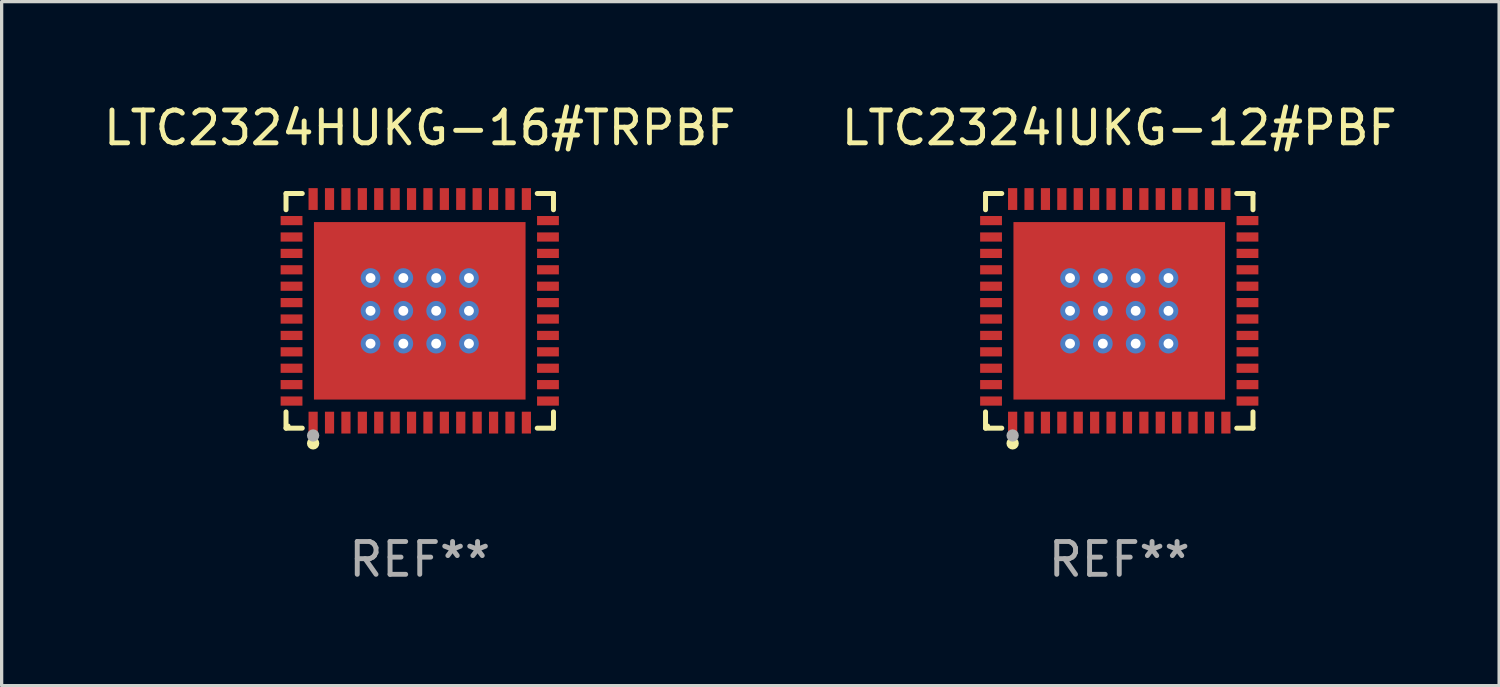
<source format=kicad_pcb>
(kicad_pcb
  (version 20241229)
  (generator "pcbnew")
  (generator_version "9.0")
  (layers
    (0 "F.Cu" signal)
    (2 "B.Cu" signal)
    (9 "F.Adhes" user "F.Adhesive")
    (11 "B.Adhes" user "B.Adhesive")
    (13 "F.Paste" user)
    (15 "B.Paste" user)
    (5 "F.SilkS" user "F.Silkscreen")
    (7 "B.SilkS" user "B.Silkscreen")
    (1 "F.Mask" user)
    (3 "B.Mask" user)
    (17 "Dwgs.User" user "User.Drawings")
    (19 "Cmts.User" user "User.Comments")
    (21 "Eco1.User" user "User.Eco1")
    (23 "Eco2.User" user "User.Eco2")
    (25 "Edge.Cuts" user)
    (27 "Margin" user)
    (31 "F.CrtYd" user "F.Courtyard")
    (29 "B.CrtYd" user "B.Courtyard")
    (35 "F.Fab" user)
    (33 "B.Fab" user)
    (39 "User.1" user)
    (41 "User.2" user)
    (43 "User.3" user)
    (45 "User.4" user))
  (footprint "LTC2324IUKG-12#PBF"
    (layer "F.Cu")
    (at 31.065 6.424)
    (property "Reference" "LTC2324IUKG-12#PBF" (at 0 -5.576 0) (layer "F.SilkS") (effects (font (size 1 1) (thickness 0.15))))
    (attr through_hole)
    (fp_line (start -4.076 -3.576) (end -3.581 -3.576) (stroke (width 0.152) (type solid)) (layer "F.SilkS"))
    (fp_line (start -4.076 -3.081) (end -4.076 -3.576) (stroke (width 0.152) (type solid)) (layer "F.SilkS"))
    (fp_line (start -4.076 3.081) (end -4.076 3.576) (stroke (width 0.152) (type solid)) (layer "F.SilkS"))
    (fp_line (start -4.076 3.576) (end -3.581 3.576) (stroke (width 0.152) (type solid)) (layer "F.SilkS"))
    (fp_line (start 4.076 -3.576) (end 3.581 -3.576) (stroke (width 0.152) (type solid)) (layer "F.SilkS"))
    (fp_line (start 4.076 -3.081) (end 4.076 -3.576) (stroke (width 0.152) (type solid)) (layer "F.SilkS"))
    (fp_line (start 4.076 3.081) (end 4.076 3.576) (stroke (width 0.152) (type solid)) (layer "F.SilkS"))
    (fp_line (start 4.076 3.576) (end 3.581 3.576) (stroke (width 0.152) (type solid)) (layer "F.SilkS"))
    (fp_circle (center -4 3.5) (end -3.97 3.5) (stroke (width 0.06) (type solid)) (fill no) (layer "F.SilkS"))
    (fp_circle (center -3.25 4.04) (end -3.156 4.04) (stroke (width 0.188) (type solid)) (fill no) (layer "F.SilkS"))
    (fp_circle (center -3.25 3.8) (end -3.156 3.8) (stroke (width 0.188) (type solid)) (fill no) (layer "F.Fab"))
    (fp_text user "REF**" (at 0 7.576 0) (layer "F.Fab") (effects (font (size 1 1) (thickness 0.15))))
    (pad "1" smd rect (at -3.25 3.407) (size 0.28 0.665) (layers "F.Cu" "F.Mask" "F.Paste"))
    (pad "2" smd rect (at -2.75 3.407) (size 0.28 0.665) (layers "F.Cu" "F.Mask" "F.Paste"))
    (pad "3" smd rect (at -2.25 3.407) (size 0.28 0.665) (layers "F.Cu" "F.Mask" "F.Paste"))
    (pad "4" smd rect (at -1.75 3.407) (size 0.28 0.665) (layers "F.Cu" "F.Mask" "F.Paste"))
    (pad "5" smd rect (at -1.25 3.407) (size 0.28 0.665) (layers "F.Cu" "F.Mask" "F.Paste"))
    (pad "6" smd rect (at -0.75 3.407) (size 0.28 0.665) (layers "F.Cu" "F.Mask" "F.Paste"))
    (pad "7" smd rect (at -0.25 3.407) (size 0.28 0.665) (layers "F.Cu" "F.Mask" "F.Paste"))
    (pad "8" smd rect (at 0.25 3.407) (size 0.28 0.665) (layers "F.Cu" "F.Mask" "F.Paste"))
    (pad "9" smd rect (at 0.75 3.407) (size 0.28 0.665) (layers "F.Cu" "F.Mask" "F.Paste"))
    (pad "10" smd rect (at 1.25 3.407) (size 0.28 0.665) (layers "F.Cu" "F.Mask" "F.Paste"))
    (pad "11" smd rect (at 1.75 3.407) (size 0.28 0.665) (layers "F.Cu" "F.Mask" "F.Paste"))
    (pad "12" smd rect (at 2.25 3.407) (size 0.28 0.665) (layers "F.Cu" "F.Mask" "F.Paste"))
    (pad "13" smd rect (at 2.75 3.407) (size 0.28 0.665) (layers "F.Cu" "F.Mask" "F.Paste"))
    (pad "14" smd rect (at 3.25 3.407) (size 0.28 0.665) (layers "F.Cu" "F.Mask" "F.Paste"))
    (pad "15" smd rect (at 3.908 2.75) (size 0.665 0.28) (layers "F.Cu" "F.Mask" "F.Paste"))
    (pad "16" smd rect (at 3.908 2.25) (size 0.665 0.28) (layers "F.Cu" "F.Mask" "F.Paste"))
    (pad "17" smd rect (at 3.908 1.75) (size 0.665 0.28) (layers "F.Cu" "F.Mask" "F.Paste"))
    (pad "18" smd rect (at 3.908 1.25) (size 0.665 0.28) (layers "F.Cu" "F.Mask" "F.Paste"))
    (pad "19" smd rect (at 3.908 0.75) (size 0.665 0.28) (layers "F.Cu" "F.Mask" "F.Paste"))
    (pad "20" smd rect (at 3.908 0.25) (size 0.665 0.28) (layers "F.Cu" "F.Mask" "F.Paste"))
    (pad "21" smd rect (at 3.908 -0.25) (size 0.665 0.28) (layers "F.Cu" "F.Mask" "F.Paste"))
    (pad "22" smd rect (at 3.908 -0.75) (size 0.665 0.28) (layers "F.Cu" "F.Mask" "F.Paste"))
    (pad "23" smd rect (at 3.908 -1.25) (size 0.665 0.28) (layers "F.Cu" "F.Mask" "F.Paste"))
    (pad "24" smd rect (at 3.908 -1.75) (size 0.665 0.28) (layers "F.Cu" "F.Mask" "F.Paste"))
    (pad "25" smd rect (at 3.908 -2.25) (size 0.665 0.28) (layers "F.Cu" "F.Mask" "F.Paste"))
    (pad "26" smd rect (at 3.908 -2.75) (size 0.665 0.28) (layers "F.Cu" "F.Mask" "F.Paste"))
    (pad "27" smd rect (at 3.25 -3.407) (size 0.28 0.665) (layers "F.Cu" "F.Mask" "F.Paste"))
    (pad "28" smd rect (at 2.75 -3.407) (size 0.28 0.665) (layers "F.Cu" "F.Mask" "F.Paste"))
    (pad "29" smd rect (at 2.25 -3.407) (size 0.28 0.665) (layers "F.Cu" "F.Mask" "F.Paste"))
    (pad "30" smd rect (at 1.75 -3.407) (size 0.28 0.665) (layers "F.Cu" "F.Mask" "F.Paste"))
    (pad "31" smd rect (at 1.25 -3.407) (size 0.28 0.665) (layers "F.Cu" "F.Mask" "F.Paste"))
    (pad "32" smd rect (at 0.75 -3.407) (size 0.28 0.665) (layers "F.Cu" "F.Mask" "F.Paste"))
    (pad "33" smd rect (at 0.25 -3.407) (size 0.28 0.665) (layers "F.Cu" "F.Mask" "F.Paste"))
    (pad "34" smd rect (at -0.25 -3.407) (size 0.28 0.665) (layers "F.Cu" "F.Mask" "F.Paste"))
    (pad "35" smd rect (at -0.75 -3.407) (size 0.28 0.665) (layers "F.Cu" "F.Mask" "F.Paste"))
    (pad "36" smd rect (at -1.25 -3.407) (size 0.28 0.665) (layers "F.Cu" "F.Mask" "F.Paste"))
    (pad "37" smd rect (at -1.75 -3.407) (size 0.28 0.665) (layers "F.Cu" "F.Mask" "F.Paste"))
    (pad "38" smd rect (at -2.25 -3.407) (size 0.28 0.665) (layers "F.Cu" "F.Mask" "F.Paste"))
    (pad "39" smd rect (at -2.75 -3.407) (size 0.28 0.665) (layers "F.Cu" "F.Mask" "F.Paste"))
    (pad "40" smd rect (at -3.25 -3.407) (size 0.28 0.665) (layers "F.Cu" "F.Mask" "F.Paste"))
    (pad "41" smd rect (at -3.908 -2.75) (size 0.665 0.28) (layers "F.Cu" "F.Mask" "F.Paste"))
    (pad "42" smd rect (at -3.908 -2.25) (size 0.665 0.28) (layers "F.Cu" "F.Mask" "F.Paste"))
    (pad "43" smd rect (at -3.908 -1.75) (size 0.665 0.28) (layers "F.Cu" "F.Mask" "F.Paste"))
    (pad "44" smd rect (at -3.908 -1.25) (size 0.665 0.28) (layers "F.Cu" "F.Mask" "F.Paste"))
    (pad "45" smd rect (at -3.908 -0.75) (size 0.665 0.28) (layers "F.Cu" "F.Mask" "F.Paste"))
    (pad "46" smd rect (at -3.908 -0.25) (size 0.665 0.28) (layers "F.Cu" "F.Mask" "F.Paste"))
    (pad "47" smd rect (at -3.908 0.25) (size 0.665 0.28) (layers "F.Cu" "F.Mask" "F.Paste"))
    (pad "48" smd rect (at -3.908 0.75) (size 0.665 0.28) (layers "F.Cu" "F.Mask" "F.Paste"))
    (pad "49" smd rect (at -3.908 1.25) (size 0.665 0.28) (layers "F.Cu" "F.Mask" "F.Paste"))
    (pad "50" smd rect (at -3.908 1.75) (size 0.665 0.28) (layers "F.Cu" "F.Mask" "F.Paste"))
    (pad "51" smd rect (at -3.908 2.25) (size 0.665 0.28) (layers "F.Cu" "F.Mask" "F.Paste"))
    (pad "52" smd rect (at -3.908 2.75) (size 0.665 0.28) (layers "F.Cu" "F.Mask" "F.Paste"))
    (pad "53" thru_hole circle (at -1.5 -1) (size 0.6 0.6) (drill 0.3) (layers "*.Cu" "*.Mask"))
    (pad "53" thru_hole circle (at -1.5 0) (size 0.6 0.6) (drill 0.3) (layers "*.Cu" "*.Mask"))
    (pad "53" thru_hole circle (at -1.5 1) (size 0.6 0.6) (drill 0.3) (layers "*.Cu" "*.Mask"))
    (pad "53" thru_hole circle (at -0.5 -1) (size 0.6 0.6) (drill 0.3) (layers "*.Cu" "*.Mask"))
    (pad "53" thru_hole circle (at -0.5 0) (size 0.6 0.6) (drill 0.3) (layers "*.Cu" "*.Mask"))
    (pad "53" thru_hole circle (at -0.5 1) (size 0.6 0.6) (drill 0.3) (layers "*.Cu" "*.Mask"))
    (pad "53" smd rect (at 0 0) (size 6.45 5.41) (layers "F.Cu" "F.Mask" "F.Paste"))
    (pad "53" thru_hole circle (at 0.5 -1) (size 0.6 0.6) (drill 0.3) (layers "*.Cu" "*.Mask"))
    (pad "53" thru_hole circle (at 0.5 0) (size 0.6 0.6) (drill 0.3) (layers "*.Cu" "*.Mask"))
    (pad "53" thru_hole circle (at 0.5 1) (size 0.6 0.6) (drill 0.3) (layers "*.Cu" "*.Mask"))
    (pad "53" thru_hole circle (at 1.5 -1) (size 0.6 0.6) (drill 0.3) (layers "*.Cu" "*.Mask"))
    (pad "53" thru_hole circle (at 1.5 0) (size 0.6 0.6) (drill 0.3) (layers "*.Cu" "*.Mask"))
    (pad "53" thru_hole circle (at 1.5 1) (size 0.6 0.6) (drill 0.3) (layers "*.Cu" "*.Mask")))
  (footprint "LTC2324HUKG-16#TRPBF"
    (layer "F.Cu")
    (at 9.744 6.424)
    (property "Reference" "LTC2324HUKG-16#TRPBF" (at 0 -5.576 0) (layer "F.SilkS") (effects (font (size 1 1) (thickness 0.15))))
    (attr through_hole)
    (fp_line (start -4.076 -3.576) (end -3.581 -3.576) (stroke (width 0.152) (type solid)) (layer "F.SilkS"))
    (fp_line (start -4.076 -3.081) (end -4.076 -3.576) (stroke (width 0.152) (type solid)) (layer "F.SilkS"))
    (fp_line (start -4.076 3.081) (end -4.076 3.576) (stroke (width 0.152) (type solid)) (layer "F.SilkS"))
    (fp_line (start -4.076 3.576) (end -3.581 3.576) (stroke (width 0.152) (type solid)) (layer "F.SilkS"))
    (fp_line (start 4.076 -3.576) (end 3.581 -3.576) (stroke (width 0.152) (type solid)) (layer "F.SilkS"))
    (fp_line (start 4.076 -3.081) (end 4.076 -3.576) (stroke (width 0.152) (type solid)) (layer "F.SilkS"))
    (fp_line (start 4.076 3.081) (end 4.076 3.576) (stroke (width 0.152) (type solid)) (layer "F.SilkS"))
    (fp_line (start 4.076 3.576) (end 3.581 3.576) (stroke (width 0.152) (type solid)) (layer "F.SilkS"))
    (fp_circle (center -4 3.5) (end -3.97 3.5) (stroke (width 0.06) (type solid)) (fill no) (layer "F.SilkS"))
    (fp_circle (center -3.25 4.04) (end -3.156 4.04) (stroke (width 0.188) (type solid)) (fill no) (layer "F.SilkS"))
    (fp_circle (center -3.25 3.8) (end -3.156 3.8) (stroke (width 0.188) (type solid)) (fill no) (layer "F.Fab"))
    (fp_text user "REF**" (at 0 7.576 0) (layer "F.Fab") (effects (font (size 1 1) (thickness 0.15))))
    (pad "1" smd rect (at -3.25 3.407) (size 0.28 0.665) (layers "F.Cu" "F.Mask" "F.Paste"))
    (pad "2" smd rect (at -2.75 3.407) (size 0.28 0.665) (layers "F.Cu" "F.Mask" "F.Paste"))
    (pad "3" smd rect (at -2.25 3.407) (size 0.28 0.665) (layers "F.Cu" "F.Mask" "F.Paste"))
    (pad "4" smd rect (at -1.75 3.407) (size 0.28 0.665) (layers "F.Cu" "F.Mask" "F.Paste"))
    (pad "5" smd rect (at -1.25 3.407) (size 0.28 0.665) (layers "F.Cu" "F.Mask" "F.Paste"))
    (pad "6" smd rect (at -0.75 3.407) (size 0.28 0.665) (layers "F.Cu" "F.Mask" "F.Paste"))
    (pad "7" smd rect (at -0.25 3.407) (size 0.28 0.665) (layers "F.Cu" "F.Mask" "F.Paste"))
    (pad "8" smd rect (at 0.25 3.407) (size 0.28 0.665) (layers "F.Cu" "F.Mask" "F.Paste"))
    (pad "9" smd rect (at 0.75 3.407) (size 0.28 0.665) (layers "F.Cu" "F.Mask" "F.Paste"))
    (pad "10" smd rect (at 1.25 3.407) (size 0.28 0.665) (layers "F.Cu" "F.Mask" "F.Paste"))
    (pad "11" smd rect (at 1.75 3.407) (size 0.28 0.665) (layers "F.Cu" "F.Mask" "F.Paste"))
    (pad "12" smd rect (at 2.25 3.407) (size 0.28 0.665) (layers "F.Cu" "F.Mask" "F.Paste"))
    (pad "13" smd rect (at 2.75 3.407) (size 0.28 0.665) (layers "F.Cu" "F.Mask" "F.Paste"))
    (pad "14" smd rect (at 3.25 3.407) (size 0.28 0.665) (layers "F.Cu" "F.Mask" "F.Paste"))
    (pad "15" smd rect (at 3.908 2.75) (size 0.665 0.28) (layers "F.Cu" "F.Mask" "F.Paste"))
    (pad "16" smd rect (at 3.908 2.25) (size 0.665 0.28) (layers "F.Cu" "F.Mask" "F.Paste"))
    (pad "17" smd rect (at 3.908 1.75) (size 0.665 0.28) (layers "F.Cu" "F.Mask" "F.Paste"))
    (pad "18" smd rect (at 3.908 1.25) (size 0.665 0.28) (layers "F.Cu" "F.Mask" "F.Paste"))
    (pad "19" smd rect (at 3.908 0.75) (size 0.665 0.28) (layers "F.Cu" "F.Mask" "F.Paste"))
    (pad "20" smd rect (at 3.908 0.25) (size 0.665 0.28) (layers "F.Cu" "F.Mask" "F.Paste"))
    (pad "21" smd rect (at 3.908 -0.25) (size 0.665 0.28) (layers "F.Cu" "F.Mask" "F.Paste"))
    (pad "22" smd rect (at 3.908 -0.75) (size 0.665 0.28) (layers "F.Cu" "F.Mask" "F.Paste"))
    (pad "23" smd rect (at 3.908 -1.25) (size 0.665 0.28) (layers "F.Cu" "F.Mask" "F.Paste"))
    (pad "24" smd rect (at 3.908 -1.75) (size 0.665 0.28) (layers "F.Cu" "F.Mask" "F.Paste"))
    (pad "25" smd rect (at 3.908 -2.25) (size 0.665 0.28) (layers "F.Cu" "F.Mask" "F.Paste"))
    (pad "26" smd rect (at 3.908 -2.75) (size 0.665 0.28) (layers "F.Cu" "F.Mask" "F.Paste"))
    (pad "27" smd rect (at 3.25 -3.407) (size 0.28 0.665) (layers "F.Cu" "F.Mask" "F.Paste"))
    (pad "28" smd rect (at 2.75 -3.407) (size 0.28 0.665) (layers "F.Cu" "F.Mask" "F.Paste"))
    (pad "29" smd rect (at 2.25 -3.407) (size 0.28 0.665) (layers "F.Cu" "F.Mask" "F.Paste"))
    (pad "30" smd rect (at 1.75 -3.407) (size 0.28 0.665) (layers "F.Cu" "F.Mask" "F.Paste"))
    (pad "31" smd rect (at 1.25 -3.407) (size 0.28 0.665) (layers "F.Cu" "F.Mask" "F.Paste"))
    (pad "32" smd rect (at 0.75 -3.407) (size 0.28 0.665) (layers "F.Cu" "F.Mask" "F.Paste"))
    (pad "33" smd rect (at 0.25 -3.407) (size 0.28 0.665) (layers "F.Cu" "F.Mask" "F.Paste"))
    (pad "34" smd rect (at -0.25 -3.407) (size 0.28 0.665) (layers "F.Cu" "F.Mask" "F.Paste"))
    (pad "35" smd rect (at -0.75 -3.407) (size 0.28 0.665) (layers "F.Cu" "F.Mask" "F.Paste"))
    (pad "36" smd rect (at -1.25 -3.407) (size 0.28 0.665) (layers "F.Cu" "F.Mask" "F.Paste"))
    (pad "37" smd rect (at -1.75 -3.407) (size 0.28 0.665) (layers "F.Cu" "F.Mask" "F.Paste"))
    (pad "38" smd rect (at -2.25 -3.407) (size 0.28 0.665) (layers "F.Cu" "F.Mask" "F.Paste"))
    (pad "39" smd rect (at -2.75 -3.407) (size 0.28 0.665) (layers "F.Cu" "F.Mask" "F.Paste"))
    (pad "40" smd rect (at -3.25 -3.407) (size 0.28 0.665) (layers "F.Cu" "F.Mask" "F.Paste"))
    (pad "41" smd rect (at -3.908 -2.75) (size 0.665 0.28) (layers "F.Cu" "F.Mask" "F.Paste"))
    (pad "42" smd rect (at -3.908 -2.25) (size 0.665 0.28) (layers "F.Cu" "F.Mask" "F.Paste"))
    (pad "43" smd rect (at -3.908 -1.75) (size 0.665 0.28) (layers "F.Cu" "F.Mask" "F.Paste"))
    (pad "44" smd rect (at -3.908 -1.25) (size 0.665 0.28) (layers "F.Cu" "F.Mask" "F.Paste"))
    (pad "45" smd rect (at -3.908 -0.75) (size 0.665 0.28) (layers "F.Cu" "F.Mask" "F.Paste"))
    (pad "46" smd rect (at -3.908 -0.25) (size 0.665 0.28) (layers "F.Cu" "F.Mask" "F.Paste"))
    (pad "47" smd rect (at -3.908 0.25) (size 0.665 0.28) (layers "F.Cu" "F.Mask" "F.Paste"))
    (pad "48" smd rect (at -3.908 0.75) (size 0.665 0.28) (layers "F.Cu" "F.Mask" "F.Paste"))
    (pad "49" smd rect (at -3.908 1.25) (size 0.665 0.28) (layers "F.Cu" "F.Mask" "F.Paste"))
    (pad "50" smd rect (at -3.908 1.75) (size 0.665 0.28) (layers "F.Cu" "F.Mask" "F.Paste"))
    (pad "51" smd rect (at -3.908 2.25) (size 0.665 0.28) (layers "F.Cu" "F.Mask" "F.Paste"))
    (pad "52" smd rect (at -3.908 2.75) (size 0.665 0.28) (layers "F.Cu" "F.Mask" "F.Paste"))
    (pad "53" thru_hole circle (at -1.5 -1) (size 0.6 0.6) (drill 0.3) (layers "*.Cu" "*.Mask"))
    (pad "53" thru_hole circle (at -1.5 0) (size 0.6 0.6) (drill 0.3) (layers "*.Cu" "*.Mask"))
    (pad "53" thru_hole circle (at -1.5 1) (size 0.6 0.6) (drill 0.3) (layers "*.Cu" "*.Mask"))
    (pad "53" thru_hole circle (at -0.5 -1) (size 0.6 0.6) (drill 0.3) (layers "*.Cu" "*.Mask"))
    (pad "53" thru_hole circle (at -0.5 0) (size 0.6 0.6) (drill 0.3) (layers "*.Cu" "*.Mask"))
    (pad "53" thru_hole circle (at -0.5 1) (size 0.6 0.6) (drill 0.3) (layers "*.Cu" "*.Mask"))
    (pad "53" smd rect (at 0 0) (size 6.45 5.41) (layers "F.Cu" "F.Mask" "F.Paste"))
    (pad "53" thru_hole circle (at 0.5 -1) (size 0.6 0.6) (drill 0.3) (layers "*.Cu" "*.Mask"))
    (pad "53" thru_hole circle (at 0.5 0) (size 0.6 0.6) (drill 0.3) (layers "*.Cu" "*.Mask"))
    (pad "53" thru_hole circle (at 0.5 1) (size 0.6 0.6) (drill 0.3) (layers "*.Cu" "*.Mask"))
    (pad "53" thru_hole circle (at 1.5 -1) (size 0.6 0.6) (drill 0.3) (layers "*.Cu" "*.Mask"))
    (pad "53" thru_hole circle (at 1.5 0) (size 0.6 0.6) (drill 0.3) (layers "*.Cu" "*.Mask"))
    (pad "53" thru_hole circle (at 1.5 1) (size 0.6 0.6) (drill 0.3) (layers "*.Cu" "*.Mask")))
  (gr_rect
    (start -3 -3)
    (end 42.643 17.849)
    (stroke (width 0.1) (type default))
    (fill no)
    (layer "Edge.Cuts")))
</source>
